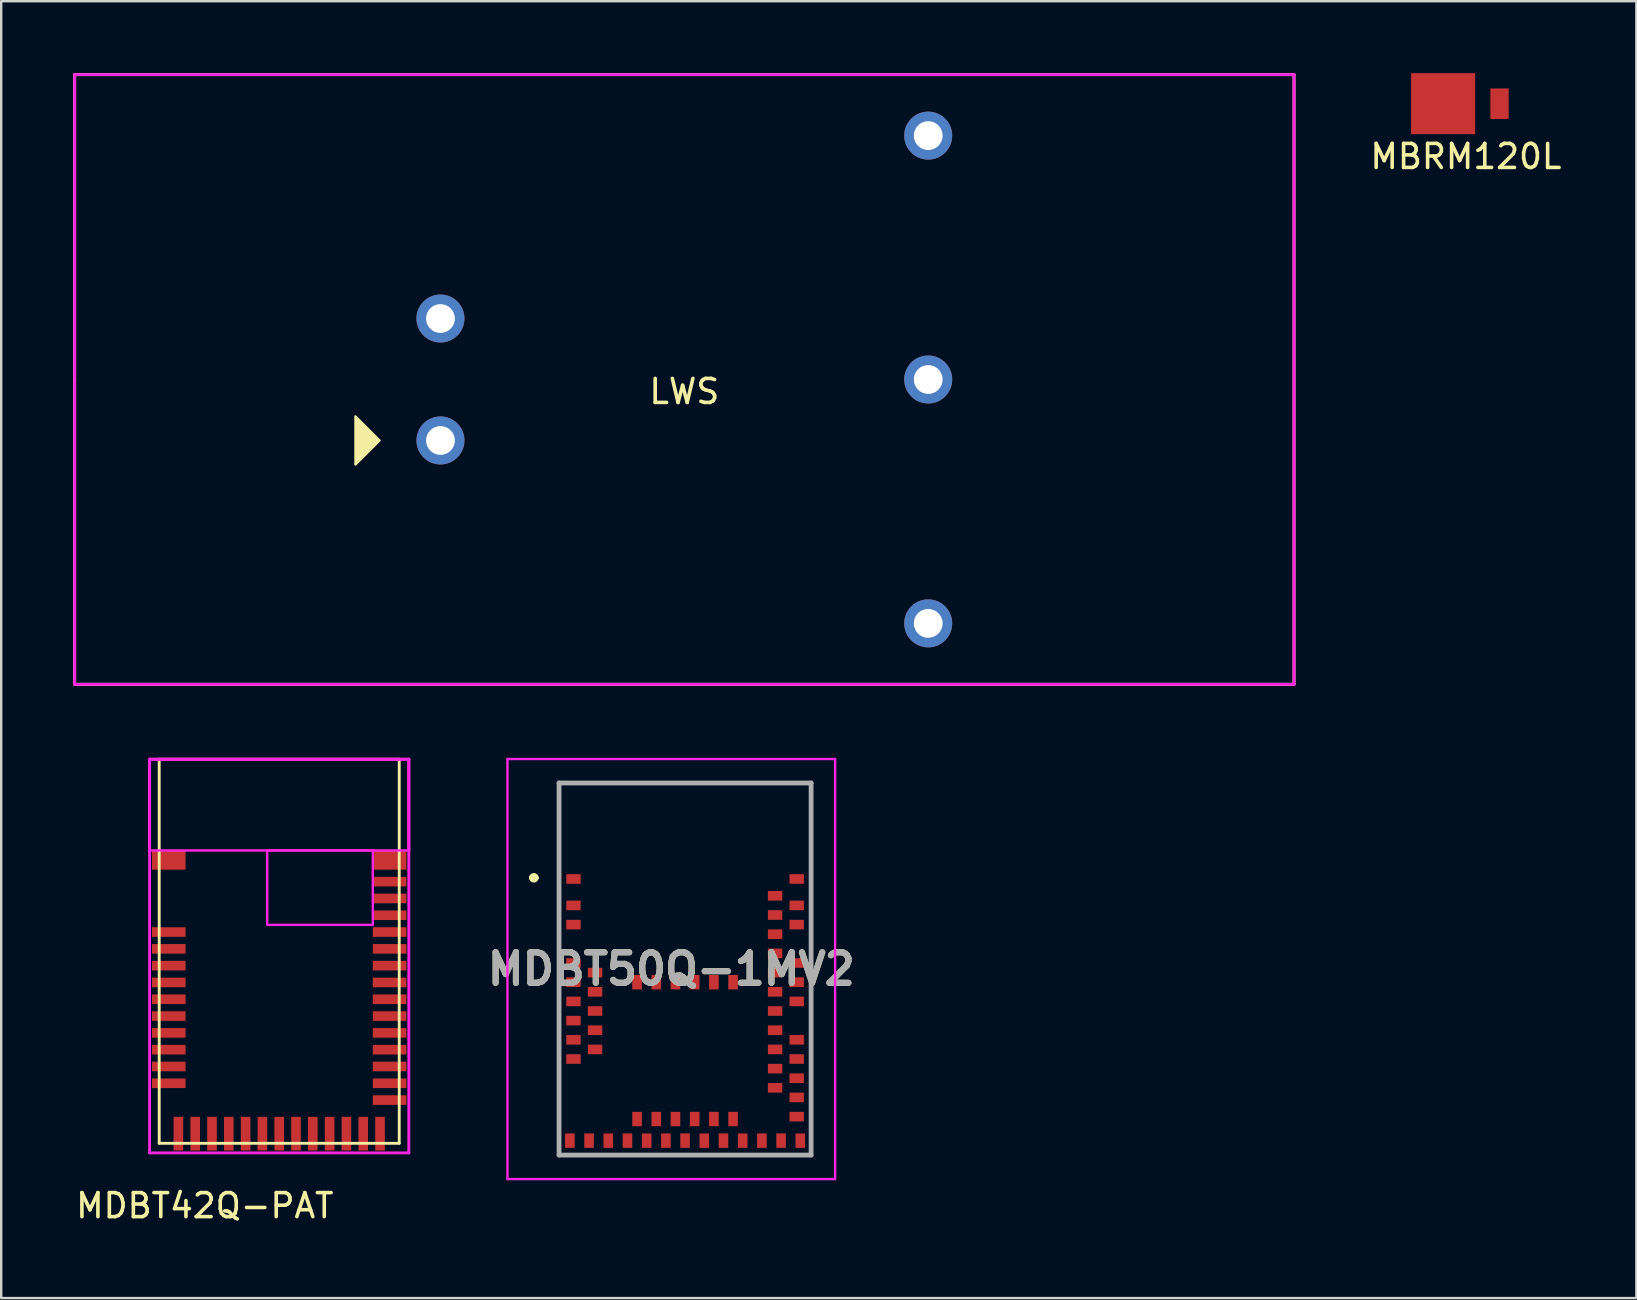
<source format=kicad_pcb>
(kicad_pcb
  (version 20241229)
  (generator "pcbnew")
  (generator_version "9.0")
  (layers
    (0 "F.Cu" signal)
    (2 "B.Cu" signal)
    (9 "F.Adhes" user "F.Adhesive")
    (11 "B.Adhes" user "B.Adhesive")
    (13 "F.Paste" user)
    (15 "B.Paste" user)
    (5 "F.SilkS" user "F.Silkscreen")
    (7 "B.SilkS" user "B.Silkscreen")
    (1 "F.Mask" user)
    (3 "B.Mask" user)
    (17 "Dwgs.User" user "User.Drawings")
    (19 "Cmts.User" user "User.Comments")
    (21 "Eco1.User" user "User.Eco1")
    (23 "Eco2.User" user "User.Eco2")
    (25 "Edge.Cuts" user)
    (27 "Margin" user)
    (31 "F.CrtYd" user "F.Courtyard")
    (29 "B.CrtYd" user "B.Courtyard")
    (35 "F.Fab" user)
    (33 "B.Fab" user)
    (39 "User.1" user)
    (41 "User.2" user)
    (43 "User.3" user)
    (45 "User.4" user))
  (footprint "MDBT42Q-PAT"
    (layer "F.Cu")
    (at 8.582 44.18)
    (property "Reference" "MDBT42Q-PAT" (at -3.1 3 0) (layer "F.SilkS") (effects (font (size 1 1) (thickness 0.15))))
    (attr through_hole)
    (fp_line (start -5 -15.6) (end -5 0.4) (stroke (width 0.12) (type solid)) (layer "F.SilkS"))
    (fp_line (start -5 0.4) (end 5 0.4) (stroke (width 0.12) (type solid)) (layer "F.SilkS"))
    (fp_line (start 5 -15.6) (end -5 -15.6) (stroke (width 0.12) (type solid)) (layer "F.SilkS"))
    (fp_line (start 5 0.4) (end 5 -15.6) (stroke (width 0.12) (type solid)) (layer "F.SilkS"))
    (fp_line (start -5.4 -15.6) (end -5.4 0.8) (stroke (width 0.12) (type solid)) (layer "F.CrtYd"))
    (fp_line (start -5.4 -15.6) (end 5.4 -15.6) (stroke (width 0.12) (type solid)) (layer "F.CrtYd"))
    (fp_line (start -5.4 -11.8) (end -5.4 -15.6) (stroke (width 0.12) (type solid)) (layer "F.CrtYd"))
    (fp_line (start -5.4 0.8) (end 5.4 0.8) (stroke (width 0.12) (type solid)) (layer "F.CrtYd"))
    (fp_line (start 5.4 -15.6) (end -5.4 -15.6) (stroke (width 0.12) (type solid)) (layer "F.CrtYd"))
    (fp_line (start 5.4 -15.6) (end 5.4 -11.8) (stroke (width 0.12) (type solid)) (layer "F.CrtYd"))
    (fp_line (start 5.4 0.8) (end 5.4 -15.6) (stroke (width 0.12) (type solid)) (layer "F.CrtYd"))
    (fp_poly (pts (xy 3.9 -8.7) (xy -0.5 -8.7) (xy -0.5 -11.8) (xy 3.9 -11.8)) (stroke (width 0.1) (type solid)) (fill no) (layer "F.CrtYd"))
    (fp_poly (pts (xy 5.4 -11.8) (xy -5.4 -11.8) (xy -5.4 -15.6) (xy 5.4 -15.6)) (stroke (width 0.1) (type solid)) (fill no) (layer "F.CrtYd"))
    (pad "1" smd rect (at -4.6 -11.4 90) (size 0.8 1.4) (layers "F.Cu" "F.Mask" "F.Paste"))
    (pad "2" smd rect (at -4.6 -8.4 90) (size 0.4 1.4) (layers "F.Cu" "F.Mask" "F.Paste"))
    (pad "3" smd rect (at -4.6 -7.7 90) (size 0.4 1.4) (layers "F.Cu" "F.Mask" "F.Paste"))
    (pad "4" smd rect (at -4.6 -7 90) (size 0.4 1.4) (layers "F.Cu" "F.Mask" "F.Paste"))
    (pad "5" smd rect (at -4.6 -6.3 90) (size 0.4 1.4) (layers "F.Cu" "F.Mask" "F.Paste"))
    (pad "6" smd rect (at -4.6 -5.6 90) (size 0.4 1.4) (layers "F.Cu" "F.Mask" "F.Paste"))
    (pad "7" smd rect (at -4.6 -4.9 90) (size 0.4 1.4) (layers "F.Cu" "F.Mask" "F.Paste"))
    (pad "8" smd rect (at -4.6 -4.2 90) (size 0.4 1.4) (layers "F.Cu" "F.Mask" "F.Paste"))
    (pad "9" smd rect (at -4.6 -3.5 90) (size 0.4 1.4) (layers "F.Cu" "F.Mask" "F.Paste"))
    (pad "10" smd rect (at -4.6 -2.8 90) (size 0.4 1.4) (layers "F.Cu" "F.Mask" "F.Paste"))
    (pad "11" smd rect (at -4.6 -2.1 90) (size 0.4 1.4) (layers "F.Cu" "F.Mask" "F.Paste"))
    (pad "12" smd rect (at -4.2 0) (size 0.4 1.4) (layers "F.Cu" "F.Mask" "F.Paste"))
    (pad "13" smd rect (at -3.5 0) (size 0.4 1.4) (layers "F.Cu" "F.Mask" "F.Paste"))
    (pad "14" smd rect (at -2.8 0) (size 0.4 1.4) (layers "F.Cu" "F.Mask" "F.Paste"))
    (pad "15" smd rect (at -2.1 0) (size 0.4 1.4) (layers "F.Cu" "F.Mask" "F.Paste"))
    (pad "16" smd rect (at -1.4 0) (size 0.4 1.4) (layers "F.Cu" "F.Mask" "F.Paste"))
    (pad "17" smd rect (at -0.7 0) (size 0.4 1.4) (layers "F.Cu" "F.Mask" "F.Paste"))
    (pad "18" smd rect (at 0 0) (size 0.4 1.4) (layers "F.Cu" "F.Mask" "F.Paste"))
    (pad "19" smd rect (at 0.7 0) (size 0.4 1.4) (layers "F.Cu" "F.Mask" "F.Paste"))
    (pad "20" smd rect (at 1.4 0) (size 0.4 1.4) (layers "F.Cu" "F.Mask" "F.Paste"))
    (pad "21" smd rect (at 2.1 0) (size 0.4 1.4) (layers "F.Cu" "F.Mask" "F.Paste"))
    (pad "22" smd rect (at 2.8 0) (size 0.4 1.4) (layers "F.Cu" "F.Mask" "F.Paste"))
    (pad "23" smd rect (at 3.5 0) (size 0.4 1.4) (layers "F.Cu" "F.Mask" "F.Paste"))
    (pad "24" smd rect (at 4.2 0) (size 0.4 1.4) (layers "F.Cu" "F.Mask" "F.Paste"))
    (pad "25" smd rect (at 4.6 -1.4 90) (size 0.4 1.4) (layers "F.Cu" "F.Mask" "F.Paste"))
    (pad "26" smd rect (at 4.6 -2.1 90) (size 0.4 1.4) (layers "F.Cu" "F.Mask" "F.Paste"))
    (pad "27" smd rect (at 4.6 -2.8 90) (size 0.4 1.4) (layers "F.Cu" "F.Mask" "F.Paste"))
    (pad "28" smd rect (at 4.6 -3.5 90) (size 0.4 1.4) (layers "F.Cu" "F.Mask" "F.Paste"))
    (pad "29" smd rect (at 4.6 -4.2 90) (size 0.4 1.4) (layers "F.Cu" "F.Mask" "F.Paste"))
    (pad "30" smd rect (at 4.6 -4.9 90) (size 0.4 1.4) (layers "F.Cu" "F.Mask" "F.Paste"))
    (pad "31" smd rect (at 4.6 -5.6 90) (size 0.4 1.4) (layers "F.Cu" "F.Mask" "F.Paste"))
    (pad "32" smd rect (at 4.6 -6.3 90) (size 0.4 1.4) (layers "F.Cu" "F.Mask" "F.Paste"))
    (pad "33" smd rect (at 4.6 -7 90) (size 0.4 1.4) (layers "F.Cu" "F.Mask" "F.Paste"))
    (pad "34" smd rect (at 4.6 -7.7 90) (size 0.4 1.4) (layers "F.Cu" "F.Mask" "F.Paste"))
    (pad "35" smd rect (at 4.6 -8.4 90) (size 0.4 1.4) (layers "F.Cu" "F.Mask" "F.Paste"))
    (pad "36" smd rect (at 4.6 -9.1 90) (size 0.4 1.4) (layers "F.Cu" "F.Mask" "F.Paste"))
    (pad "37" smd rect (at 4.6 -9.8 90) (size 0.4 1.4) (layers "F.Cu" "F.Mask" "F.Paste"))
    (pad "38" smd rect (at 4.6 -10.5 90) (size 0.4 1.4) (layers "F.Cu" "F.Mask" "F.Paste"))
    (pad "39" smd rect (at 4.6 -11.4 90) (size 0.8 1.4) (layers "F.Cu" "F.Mask" "F.Paste")))
  (footprint "MBRM120L"
    (layer "F.Cu")
    (at 57.071 1.27)
    (property "Reference" "MBRM120L" (at 0.95 2.2 0) (layer "F.SilkS") (effects (font (size 1 1) (thickness 0.15))))
    (attr through_hole)
    (pad "1" smd rect (at 0 0) (size 2.67 2.54) (layers "F.Cu" "F.Mask" "F.Paste"))
    (pad "2" smd rect (at 2.351 0) (size 0.762 1.27) (layers "F.Cu" "F.Mask" "F.Paste")))
  (footprint "MDBT50Q-1MV2"
    (layer "F.Cu")
    (at 25.491 45.07)
    (property "Reference" "MDBT50Q-1MV2" (at -0.575 -7.75 0) (layer "F.SilkS") (effects (font (size 1.27 1.27) (thickness 0.254))))
    (attr smd)
    (fp_line (start -6.4 -11.55) (end -6.4 -11.55) (stroke (width 0.2) (type solid)) (layer "F.SilkS"))
    (fp_line (start -6.2 -11.55) (end -6.2 -11.55) (stroke (width 0.2) (type solid)) (layer "F.SilkS"))
    (fp_line (start -5.25 -15.5) (end 5.25 -15.5) (stroke (width 0.1) (type solid)) (layer "F.SilkS"))
    (fp_line (start -5.25 0) (end -5.25 -15.5) (stroke (width 0.1) (type solid)) (layer "F.SilkS"))
    (fp_line (start 5.25 -15.5) (end 5.25 0) (stroke (width 0.1) (type solid)) (layer "F.SilkS"))
    (fp_line (start 5.25 0) (end -5.25 0) (stroke (width 0.1) (type solid)) (layer "F.SilkS"))
    (fp_arc (start -6.4 -11.55) (mid -6.3 -11.65) (end -6.2 -11.55) (stroke (width 0.2) (type solid)) (layer "F.SilkS"))
    (fp_arc (start -6.2 -11.55) (mid -6.3 -11.45) (end -6.4 -11.55) (stroke (width 0.2) (type solid)) (layer "F.SilkS"))
    (fp_line (start -7.4 -16.5) (end 6.25 -16.5) (stroke (width 0.1) (type solid)) (layer "F.CrtYd"))
    (fp_line (start -7.4 1) (end -7.4 -16.5) (stroke (width 0.1) (type solid)) (layer "F.CrtYd"))
    (fp_line (start 6.25 -16.5) (end 6.25 1) (stroke (width 0.1) (type solid)) (layer "F.CrtYd"))
    (fp_line (start 6.25 1) (end -7.4 1) (stroke (width 0.1) (type solid)) (layer "F.CrtYd"))
    (fp_line (start -5.25 -15.5) (end 5.25 -15.5) (stroke (width 0.2) (type solid)) (layer "F.Fab"))
    (fp_line (start -5.25 0) (end -5.25 -15.5) (stroke (width 0.2) (type solid)) (layer "F.Fab"))
    (fp_line (start 5.25 -15.5) (end 5.25 0) (stroke (width 0.2) (type solid)) (layer "F.Fab"))
    (fp_line (start 5.25 0) (end -5.25 0) (stroke (width 0.2) (type solid)) (layer "F.Fab"))
    (fp_text user "${REFERENCE}" (at -0.575 -7.75 0) (layer "F.Fab") (effects (font (size 1.27 1.27) (thickness 0.254))))
    (pad "1" smd rect (at -4.65 -11.5 90) (size 0.4 0.6) (layers "F.Cu" "F.Mask" "F.Paste"))
    (pad "2" smd rect (at -4.65 -10.4 90) (size 0.4 0.6) (layers "F.Cu" "F.Mask" "F.Paste"))
    (pad "3" smd rect (at -4.65 -9.6 90) (size 0.4 0.6) (layers "F.Cu" "F.Mask" "F.Paste"))
    (pad "4" smd rect (at -4.65 -8 90) (size 0.4 0.6) (layers "F.Cu" "F.Mask" "F.Paste"))
    (pad "5" smd rect (at -3.75 -7.6 90) (size 0.4 0.6) (layers "F.Cu" "F.Mask" "F.Paste"))
    (pad "6" smd rect (at -4.65 -7.2 90) (size 0.4 0.6) (layers "F.Cu" "F.Mask" "F.Paste"))
    (pad "7" smd rect (at -3.75 -6.8 90) (size 0.4 0.6) (layers "F.Cu" "F.Mask" "F.Paste"))
    (pad "8" smd rect (at -4.65 -6.4 90) (size 0.4 0.6) (layers "F.Cu" "F.Mask" "F.Paste"))
    (pad "9" smd rect (at -3.75 -6 90) (size 0.4 0.6) (layers "F.Cu" "F.Mask" "F.Paste"))
    (pad "10" smd rect (at -4.65 -5.6 90) (size 0.4 0.6) (layers "F.Cu" "F.Mask" "F.Paste"))
    (pad "11" smd rect (at -3.75 -5.2 90) (size 0.4 0.6) (layers "F.Cu" "F.Mask" "F.Paste"))
    (pad "12" smd rect (at -4.65 -4.8 90) (size 0.4 0.6) (layers "F.Cu" "F.Mask" "F.Paste"))
    (pad "13" smd rect (at -3.75 -4.4 90) (size 0.4 0.6) (layers "F.Cu" "F.Mask" "F.Paste"))
    (pad "14" smd rect (at -4.65 -4 90) (size 0.4 0.6) (layers "F.Cu" "F.Mask" "F.Paste"))
    (pad "15" smd rect (at -4.8 -0.6) (size 0.4 0.6) (layers "F.Cu" "F.Mask" "F.Paste"))
    (pad "16" smd rect (at -4 -0.6) (size 0.4 0.6) (layers "F.Cu" "F.Mask" "F.Paste"))
    (pad "17" smd rect (at -3.2 -0.6) (size 0.4 0.6) (layers "F.Cu" "F.Mask" "F.Paste"))
    (pad "18" smd rect (at -2.4 -0.6) (size 0.4 0.6) (layers "F.Cu" "F.Mask" "F.Paste"))
    (pad "19" smd rect (at -2 -1.5) (size 0.4 0.6) (layers "F.Cu" "F.Mask" "F.Paste"))
    (pad "20" smd rect (at -1.6 -0.6) (size 0.4 0.6) (layers "F.Cu" "F.Mask" "F.Paste"))
    (pad "21" smd rect (at -1.2 -1.5) (size 0.4 0.6) (layers "F.Cu" "F.Mask" "F.Paste"))
    (pad "22" smd rect (at -0.8 -0.6) (size 0.4 0.6) (layers "F.Cu" "F.Mask" "F.Paste"))
    (pad "23" smd rect (at -0.4 -1.5) (size 0.4 0.6) (layers "F.Cu" "F.Mask" "F.Paste"))
    (pad "24" smd rect (at 0 -0.6) (size 0.4 0.6) (layers "F.Cu" "F.Mask" "F.Paste"))
    (pad "25" smd rect (at 0.4 -1.5) (size 0.4 0.6) (layers "F.Cu" "F.Mask" "F.Paste"))
    (pad "26" smd rect (at 0.8 -0.6) (size 0.4 0.6) (layers "F.Cu" "F.Mask" "F.Paste"))
    (pad "27" smd rect (at 1.2 -1.5) (size 0.4 0.6) (layers "F.Cu" "F.Mask" "F.Paste"))
    (pad "28" smd rect (at 1.6 -0.6) (size 0.4 0.6) (layers "F.Cu" "F.Mask" "F.Paste"))
    (pad "29" smd rect (at 2 -1.5) (size 0.4 0.6) (layers "F.Cu" "F.Mask" "F.Paste"))
    (pad "30" smd rect (at 2.4 -0.6) (size 0.4 0.6) (layers "F.Cu" "F.Mask" "F.Paste"))
    (pad "31" smd rect (at 3.2 -0.6) (size 0.4 0.6) (layers "F.Cu" "F.Mask" "F.Paste"))
    (pad "32" smd rect (at 4 -0.6) (size 0.4 0.6) (layers "F.Cu" "F.Mask" "F.Paste"))
    (pad "33" smd rect (at 4.8 -0.6) (size 0.4 0.6) (layers "F.Cu" "F.Mask" "F.Paste"))
    (pad "34" smd rect (at 4.65 -1.6 90) (size 0.4 0.6) (layers "F.Cu" "F.Mask" "F.Paste"))
    (pad "35" smd rect (at 4.65 -2.4 90) (size 0.4 0.6) (layers "F.Cu" "F.Mask" "F.Paste"))
    (pad "36" smd rect (at 3.75 -2.8 90) (size 0.4 0.6) (layers "F.Cu" "F.Mask" "F.Paste"))
    (pad "37" smd rect (at 4.65 -3.2 90) (size 0.4 0.6) (layers "F.Cu" "F.Mask" "F.Paste"))
    (pad "38" smd rect (at 3.75 -3.6 90) (size 0.4 0.6) (layers "F.Cu" "F.Mask" "F.Paste"))
    (pad "39" smd rect (at 4.65 -4 90) (size 0.4 0.6) (layers "F.Cu" "F.Mask" "F.Paste"))
    (pad "40" smd rect (at 3.75 -4.4 90) (size 0.4 0.6) (layers "F.Cu" "F.Mask" "F.Paste"))
    (pad "41" smd rect (at 4.65 -4.8 90) (size 0.4 0.6) (layers "F.Cu" "F.Mask" "F.Paste"))
    (pad "42" smd rect (at 3.75 -5.2 90) (size 0.4 0.6) (layers "F.Cu" "F.Mask" "F.Paste"))
    (pad "43" smd rect (at 3.75 -6 90) (size 0.4 0.6) (layers "F.Cu" "F.Mask" "F.Paste"))
    (pad "44" smd rect (at 4.65 -6.4 90) (size 0.4 0.6) (layers "F.Cu" "F.Mask" "F.Paste"))
    (pad "45" smd rect (at 3.75 -6.8 90) (size 0.4 0.6) (layers "F.Cu" "F.Mask" "F.Paste"))
    (pad "46" smd rect (at 4.65 -7.2 90) (size 0.4 0.6) (layers "F.Cu" "F.Mask" "F.Paste"))
    (pad "47" smd rect (at 3.75 -7.6 90) (size 0.4 0.6) (layers "F.Cu" "F.Mask" "F.Paste"))
    (pad "48" smd rect (at 4.65 -8 90) (size 0.4 0.6) (layers "F.Cu" "F.Mask" "F.Paste"))
    (pad "49" smd rect (at 3.75 -8.4 90) (size 0.4 0.6) (layers "F.Cu" "F.Mask" "F.Paste"))
    (pad "50" smd rect (at 3.75 -9.2 90) (size 0.4 0.6) (layers "F.Cu" "F.Mask" "F.Paste"))
    (pad "51" smd rect (at 4.65 -9.6 90) (size 0.4 0.6) (layers "F.Cu" "F.Mask" "F.Paste"))
    (pad "52" smd rect (at 3.75 -10 90) (size 0.4 0.6) (layers "F.Cu" "F.Mask" "F.Paste"))
    (pad "53" smd rect (at 4.65 -10.4 90) (size 0.4 0.6) (layers "F.Cu" "F.Mask" "F.Paste"))
    (pad "54" smd rect (at 3.75 -10.8 90) (size 0.4 0.6) (layers "F.Cu" "F.Mask" "F.Paste"))
    (pad "55" smd rect (at 4.65 -11.5 90) (size 0.4 0.6) (layers "F.Cu" "F.Mask" "F.Paste"))
    (pad "56" smd rect (at -2 -7.2) (size 0.4 0.6) (layers "F.Cu" "F.Mask" "F.Paste"))
    (pad "57" smd rect (at -1.2 -7.2) (size 0.4 0.6) (layers "F.Cu" "F.Mask" "F.Paste"))
    (pad "58" smd rect (at -0.4 -7.2) (size 0.4 0.6) (layers "F.Cu" "F.Mask" "F.Paste"))
    (pad "59" smd rect (at 0.4 -7.2) (size 0.4 0.6) (layers "F.Cu" "F.Mask" "F.Paste"))
    (pad "60" smd rect (at 1.2 -7.2) (size 0.4 0.6) (layers "F.Cu" "F.Mask" "F.Paste"))
    (pad "61" smd rect (at 2 -7.2) (size 0.4 0.6) (layers "F.Cu" "F.Mask" "F.Paste")))
  (footprint "LWS"
    (layer "F.Cu")
    (at 25.46 12.76)
    (property "Reference" "LWS" (at 0 0.5 0) (layer "F.SilkS") (effects (font (size 1 1) (thickness 0.15))))
    (attr through_hole)
    (fp_line (start -25.4 -12.7) (end 25.4 -12.7) (stroke (width 0.12) (type solid)) (layer "F.SilkS"))
    (fp_line (start -25.4 0) (end -25.4 -12.7) (stroke (width 0.12) (type solid)) (layer "F.SilkS"))
    (fp_line (start -25.4 12.7) (end -25.4 0) (stroke (width 0.12) (type solid)) (layer "F.SilkS"))
    (fp_line (start 25.4 -12.7) (end 25.4 12.7) (stroke (width 0.12) (type solid)) (layer "F.SilkS"))
    (fp_line (start 25.4 12.7) (end -25.4 12.7) (stroke (width 0.12) (type solid)) (layer "F.SilkS"))
    (fp_poly (pts (xy -12.7 2.54) (xy -13.7 3.54) (xy -13.7 1.54)) (stroke (width 0.1) (type solid)) (fill yes) (layer "F.SilkS"))
    (fp_line (start -25.4 -12.7) (end 25.4 -12.7) (stroke (width 0.12) (type solid)) (layer "F.CrtYd"))
    (fp_line (start -25.4 12.7) (end -25.4 -12.7) (stroke (width 0.12) (type solid)) (layer "F.CrtYd"))
    (fp_line (start 25.4 -12.7) (end 25.4 12.7) (stroke (width 0.12) (type solid)) (layer "F.CrtYd"))
    (fp_line (start 25.4 12.7) (end -25.4 12.7) (stroke (width 0.12) (type solid)) (layer "F.CrtYd"))
    (pad "1" thru_hole circle (at -10.16 2.54) (size 2 2) (drill 1.2) (layers "*.Cu" "*.Mask"))
    (pad "2" thru_hole circle (at -10.16 -2.54) (size 2 2) (drill 1.2) (layers "*.Cu" "*.Mask"))
    (pad "3" thru_hole circle (at 10.16 10.16) (size 2 2) (drill 1.2) (layers "*.Cu" "*.Mask"))
    (pad "4" thru_hole circle (at 10.16 0) (size 2 2) (drill 1.2) (layers "*.Cu" "*.Mask"))
    (pad "5" thru_hole circle (at 10.16 -10.16) (size 2 2) (drill 1.2) (layers "*.Cu" "*.Mask")))
  (gr_rect
    (start -3 -3)
    (end 65.122 51.028)
    (stroke (width 0.1) (type default))
    (fill no)
    (layer "Edge.Cuts")))
</source>
